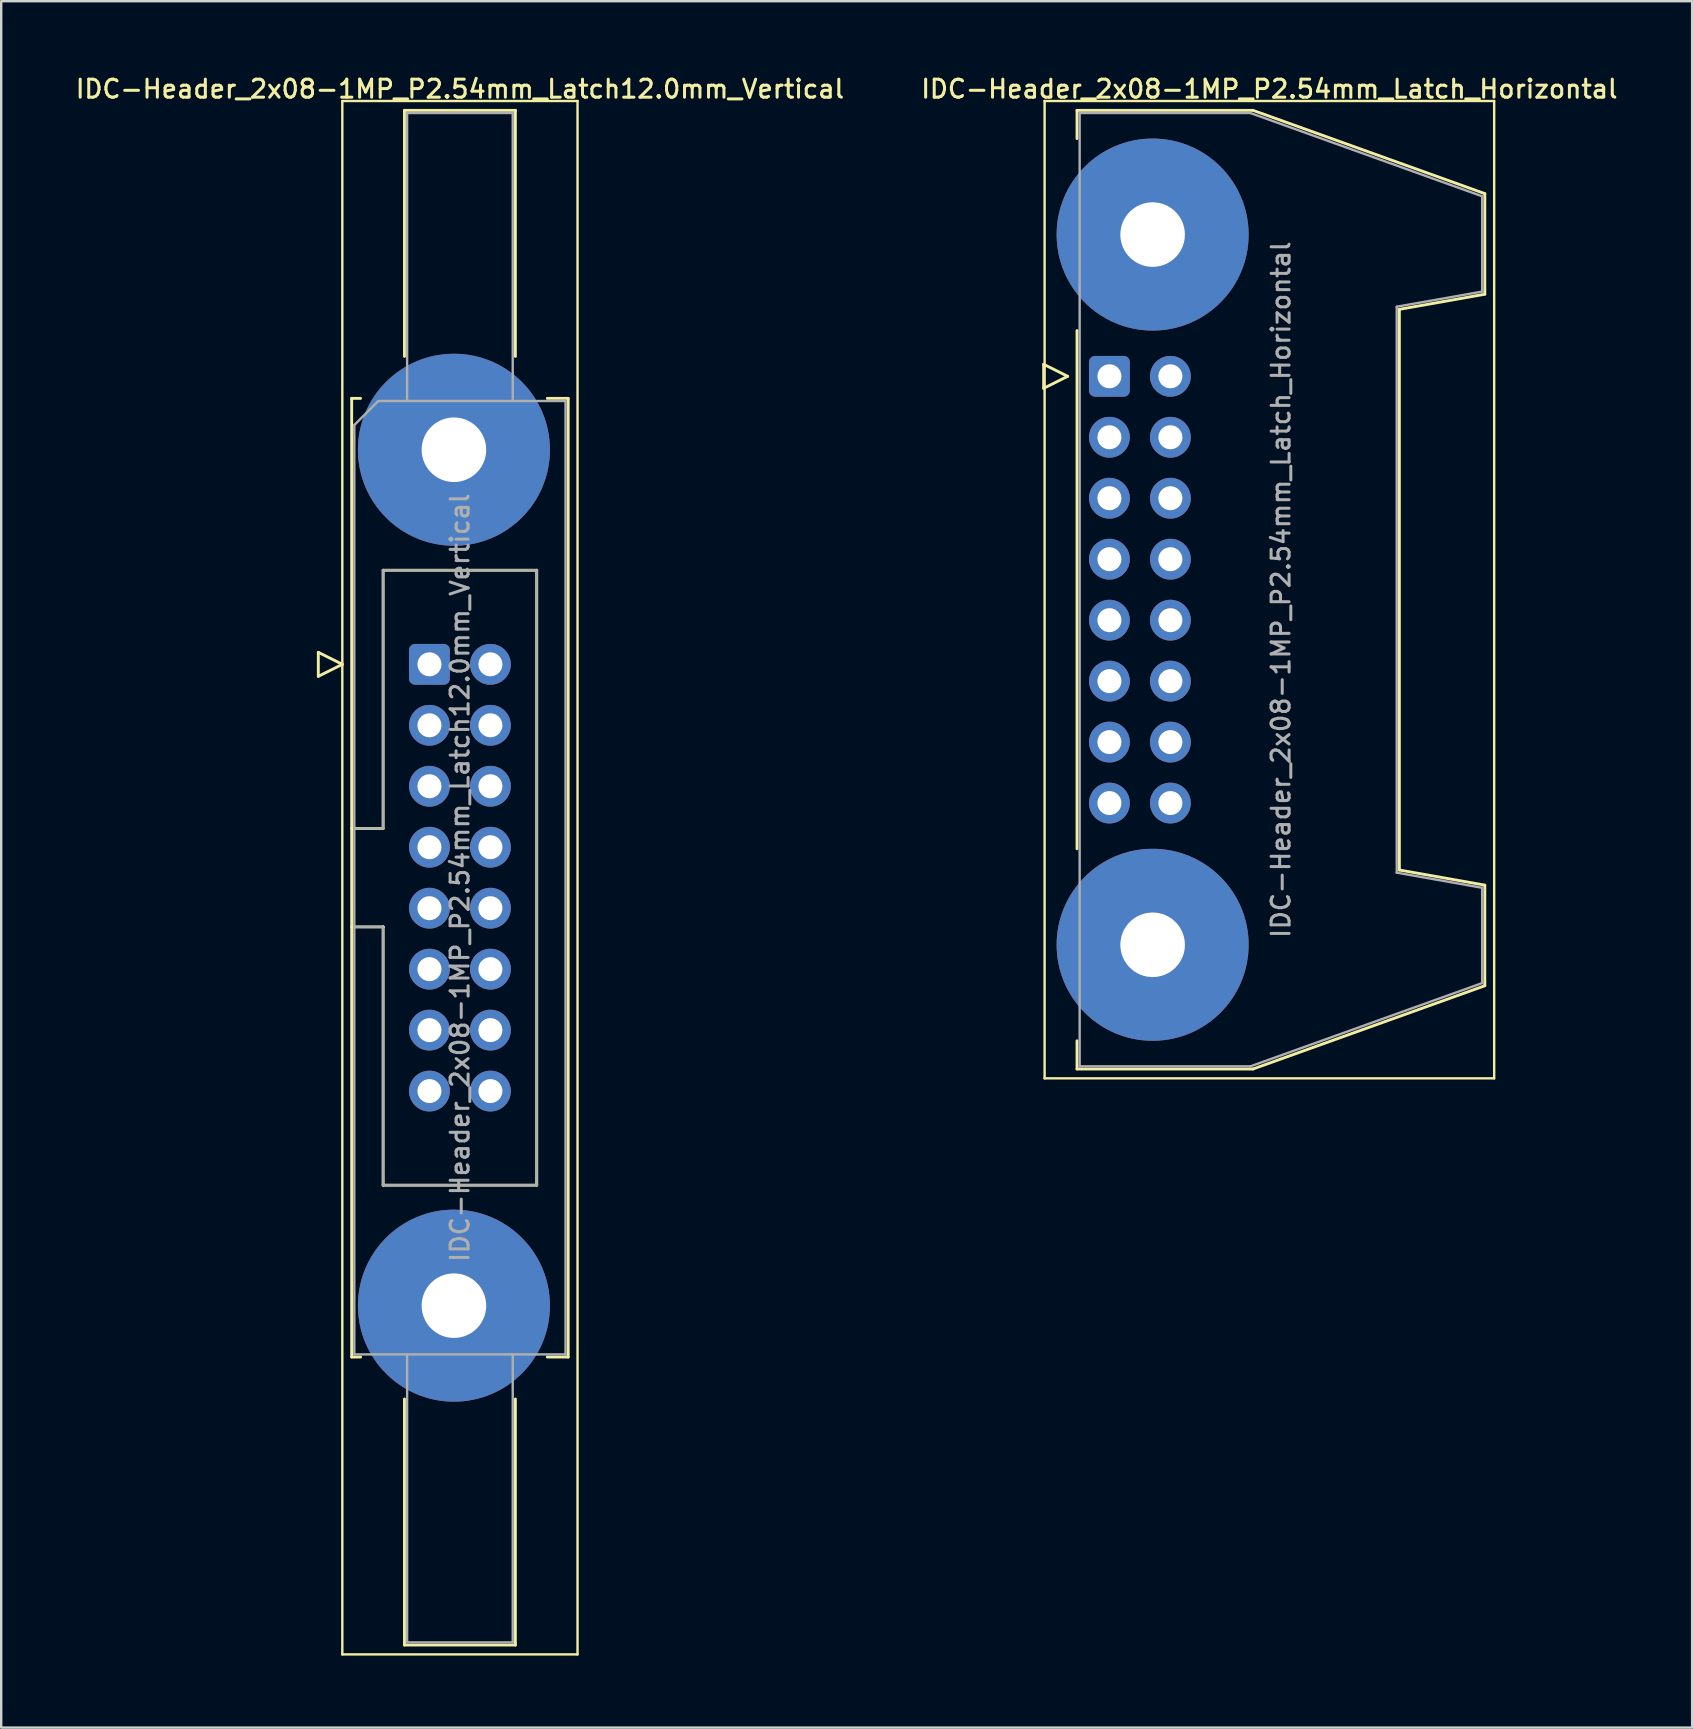
<source format=kicad_pcb>
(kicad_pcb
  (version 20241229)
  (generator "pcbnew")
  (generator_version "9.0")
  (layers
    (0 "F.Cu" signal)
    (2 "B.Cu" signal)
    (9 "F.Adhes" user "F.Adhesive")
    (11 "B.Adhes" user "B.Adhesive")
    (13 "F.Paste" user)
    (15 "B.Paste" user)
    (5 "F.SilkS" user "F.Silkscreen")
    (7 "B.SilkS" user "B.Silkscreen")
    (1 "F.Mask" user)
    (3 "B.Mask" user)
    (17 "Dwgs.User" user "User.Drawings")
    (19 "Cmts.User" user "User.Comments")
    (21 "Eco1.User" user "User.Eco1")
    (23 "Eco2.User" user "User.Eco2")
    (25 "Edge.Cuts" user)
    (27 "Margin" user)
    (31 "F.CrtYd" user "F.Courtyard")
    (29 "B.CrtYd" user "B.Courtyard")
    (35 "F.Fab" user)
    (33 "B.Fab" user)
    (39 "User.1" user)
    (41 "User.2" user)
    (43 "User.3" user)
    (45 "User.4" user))
  (footprint "IDC-Header_2x08-1MP_P2.54mm_Latch12.0mm_Vertical"
    (layer "F.Cu")
    (at 14.842 24.628)
    (property "Reference" "IDC-Header_2x08-1MP_P2.54mm_Latch12.0mm_Vertical" (at 1.27 -23.97 0) (layer "F.SilkS") (effects (font (size 0.75 0.75) (thickness 0.125))))
    (attr through_hole)
    (fp_line (start -4.63 -0.5) (end -4.63 0.5) (stroke (width 0.12) (type solid)) (layer "F.SilkS"))
    (fp_line (start -4.63 0.5) (end -3.63 0) (stroke (width 0.12) (type solid)) (layer "F.SilkS"))
    (fp_line (start -3.63 -23.47) (end -3.63 41.25) (stroke (width 0.1) (type solid)) (layer "F.SilkS"))
    (fp_line (start -3.63 0) (end -4.63 -0.5) (stroke (width 0.12) (type solid)) (layer "F.SilkS"))
    (fp_line (start -3.63 41.25) (end 6.17 41.25) (stroke (width 0.1) (type solid)) (layer "F.SilkS"))
    (fp_line (start -3.24 -11.08) (end -3.24 28.86) (stroke (width 0.12) (type solid)) (layer "F.SilkS"))
    (fp_line (start -3.24 6.84) (end -1.93 6.84) (stroke (width 0.12) (type solid)) (layer "F.SilkS"))
    (fp_line (start -3.24 28.86) (end -2.87 28.86) (stroke (width 0.12) (type solid)) (layer "F.SilkS"))
    (fp_line (start -2.87 -11.08) (end -3.24 -11.08) (stroke (width 0.12) (type solid)) (layer "F.SilkS"))
    (fp_line (start -1.93 -3.92) (end 4.47 -3.92) (stroke (width 0.12) (type solid)) (layer "F.SilkS"))
    (fp_line (start -1.93 6.84) (end -1.93 -3.92) (stroke (width 0.12) (type solid)) (layer "F.SilkS"))
    (fp_line (start -1.93 10.94) (end -3.24 10.94) (stroke (width 0.12) (type solid)) (layer "F.SilkS"))
    (fp_line (start -1.93 10.94) (end -1.93 10.94) (stroke (width 0.12) (type solid)) (layer "F.SilkS"))
    (fp_line (start -1.93 21.7) (end -1.93 10.94) (stroke (width 0.12) (type solid)) (layer "F.SilkS"))
    (fp_line (start -1.04 -23.08) (end 3.58 -23.08) (stroke (width 0.12) (type solid)) (layer "F.SilkS"))
    (fp_line (start -1.04 -12.83) (end -1.04 -23.08) (stroke (width 0.12) (type solid)) (layer "F.SilkS"))
    (fp_line (start -1.04 30.61) (end -1.04 40.86) (stroke (width 0.12) (type solid)) (layer "F.SilkS"))
    (fp_line (start -1.04 40.86) (end 3.58 40.86) (stroke (width 0.12) (type solid)) (layer "F.SilkS"))
    (fp_line (start 3.58 -23.08) (end 3.58 -12.83) (stroke (width 0.12) (type solid)) (layer "F.SilkS"))
    (fp_line (start 3.58 40.86) (end 3.58 30.61) (stroke (width 0.12) (type solid)) (layer "F.SilkS"))
    (fp_line (start 4.47 -3.92) (end 4.47 21.7) (stroke (width 0.12) (type solid)) (layer "F.SilkS"))
    (fp_line (start 4.47 21.7) (end -1.93 21.7) (stroke (width 0.12) (type solid)) (layer "F.SilkS"))
    (fp_line (start 4.91 -11.08) (end 5.78 -11.08) (stroke (width 0.12) (type solid)) (layer "F.SilkS"))
    (fp_line (start 5.78 -11.08) (end 5.78 28.86) (stroke (width 0.12) (type solid)) (layer "F.SilkS"))
    (fp_line (start 5.78 28.86) (end 4.91 28.86) (stroke (width 0.12) (type solid)) (layer "F.SilkS"))
    (fp_line (start 6.17 -23.47) (end -3.63 -23.47) (stroke (width 0.1) (type solid)) (layer "F.SilkS"))
    (fp_line (start 6.17 41.25) (end 6.17 -23.47) (stroke (width 0.1) (type solid)) (layer "F.SilkS"))
    (fp_line (start -3.13 -9.97) (end -2.13 -10.97) (stroke (width 0.1) (type solid)) (layer "F.Fab"))
    (fp_line (start -3.13 6.84) (end -1.93 6.84) (stroke (width 0.1) (type solid)) (layer "F.Fab"))
    (fp_line (start -3.13 28.75) (end -3.13 -9.97) (stroke (width 0.1) (type solid)) (layer "F.Fab"))
    (fp_line (start -2.13 -10.97) (end 5.67 -10.97) (stroke (width 0.1) (type solid)) (layer "F.Fab"))
    (fp_line (start -1.93 -3.92) (end 4.47 -3.92) (stroke (width 0.1) (type solid)) (layer "F.Fab"))
    (fp_line (start -1.93 6.84) (end -1.93 -3.92) (stroke (width 0.1) (type solid)) (layer "F.Fab"))
    (fp_line (start -1.93 10.94) (end -3.13 10.94) (stroke (width 0.1) (type solid)) (layer "F.Fab"))
    (fp_line (start -1.93 10.94) (end -1.93 10.94) (stroke (width 0.1) (type solid)) (layer "F.Fab"))
    (fp_line (start -1.93 21.7) (end -1.93 10.94) (stroke (width 0.1) (type solid)) (layer "F.Fab"))
    (fp_line (start -0.93 -22.97) (end 3.47 -22.97) (stroke (width 0.1) (type solid)) (layer "F.Fab"))
    (fp_line (start -0.93 -10.97) (end -0.93 -22.97) (stroke (width 0.1) (type solid)) (layer "F.Fab"))
    (fp_line (start -0.93 28.75) (end -0.93 40.75) (stroke (width 0.1) (type solid)) (layer "F.Fab"))
    (fp_line (start -0.93 40.75) (end 3.47 40.75) (stroke (width 0.1) (type solid)) (layer "F.Fab"))
    (fp_line (start 3.47 -22.97) (end 3.47 -10.97) (stroke (width 0.1) (type solid)) (layer "F.Fab"))
    (fp_line (start 3.47 40.75) (end 3.47 28.75) (stroke (width 0.1) (type solid)) (layer "F.Fab"))
    (fp_line (start 4.47 -3.92) (end 4.47 21.7) (stroke (width 0.1) (type solid)) (layer "F.Fab"))
    (fp_line (start 4.47 21.7) (end -1.93 21.7) (stroke (width 0.1) (type solid)) (layer "F.Fab"))
    (fp_line (start 5.67 -10.97) (end 5.67 28.75) (stroke (width 0.1) (type solid)) (layer "F.Fab"))
    (fp_line (start 5.67 28.75) (end -3.13 28.75) (stroke (width 0.1) (type solid)) (layer "F.Fab"))
    (fp_text user "${REFERENCE}" (at 1.27 8.89 90) (layer "F.Fab") (effects (font (size 0.75 0.75) (thickness 0.125))))
    (pad "1" thru_hole roundrect (at 0 0) (size 1.7 1.7) (drill 1) (layers "*.Cu" "*.Mask") (roundrect_rratio 0.147))
    (pad "2" thru_hole circle (at 2.54 0) (size 1.7 1.7) (drill 1) (layers "*.Cu" "*.Mask"))
    (pad "3" thru_hole circle (at 0 2.54) (size 1.7 1.7) (drill 1) (layers "*.Cu" "*.Mask"))
    (pad "4" thru_hole circle (at 2.54 2.54) (size 1.7 1.7) (drill 1) (layers "*.Cu" "*.Mask"))
    (pad "5" thru_hole circle (at 0 5.08) (size 1.7 1.7) (drill 1) (layers "*.Cu" "*.Mask"))
    (pad "6" thru_hole circle (at 2.54 5.08) (size 1.7 1.7) (drill 1) (layers "*.Cu" "*.Mask"))
    (pad "7" thru_hole circle (at 0 7.62) (size 1.7 1.7) (drill 1) (layers "*.Cu" "*.Mask"))
    (pad "8" thru_hole circle (at 2.54 7.62) (size 1.7 1.7) (drill 1) (layers "*.Cu" "*.Mask"))
    (pad "9" thru_hole circle (at 0 10.16) (size 1.7 1.7) (drill 1) (layers "*.Cu" "*.Mask"))
    (pad "10" thru_hole circle (at 2.54 10.16) (size 1.7 1.7) (drill 1) (layers "*.Cu" "*.Mask"))
    (pad "11" thru_hole circle (at 0 12.7) (size 1.7 1.7) (drill 1) (layers "*.Cu" "*.Mask"))
    (pad "12" thru_hole circle (at 2.54 12.7) (size 1.7 1.7) (drill 1) (layers "*.Cu" "*.Mask"))
    (pad "13" thru_hole circle (at 0 15.24) (size 1.7 1.7) (drill 1) (layers "*.Cu" "*.Mask"))
    (pad "14" thru_hole circle (at 2.54 15.24) (size 1.7 1.7) (drill 1) (layers "*.Cu" "*.Mask"))
    (pad "15" thru_hole circle (at 0 17.78) (size 1.7 1.7) (drill 1) (layers "*.Cu" "*.Mask"))
    (pad "16" thru_hole circle (at 2.54 17.78) (size 1.7 1.7) (drill 1) (layers "*.Cu" "*.Mask"))
    (pad "MP" thru_hole circle (at 1.02 -8.94) (size 8 8) (drill 2.69) (layers "*.Cu" "*.Mask"))
    (pad "MP" thru_hole circle (at 1.02 26.72) (size 8 8) (drill 2.69) (layers "*.Cu" "*.Mask")))
  (footprint "IDC-Header_2x08-1MP_P2.54mm_Latch_Horizontal"
    (layer "F.Cu")
    (at 43.172 12.628)
    (property "Reference" "IDC-Header_2x08-1MP_P2.54mm_Latch_Horizontal" (at 6.665 -11.97 0) (layer "F.SilkS") (effects (font (size 0.75 0.75) (thickness 0.125))))
    (attr through_hole)
    (fp_line (start -2.74 -0.5) (end -2.74 0.5) (stroke (width 0.12) (type solid)) (layer "F.SilkS"))
    (fp_line (start -2.74 0.5) (end -1.74 0) (stroke (width 0.12) (type solid)) (layer "F.SilkS"))
    (fp_line (start -2.7 -11.47) (end -2.7 29.25) (stroke (width 0.1) (type solid)) (layer "F.SilkS"))
    (fp_line (start -2.7 29.25) (end 16.03 29.25) (stroke (width 0.1) (type solid)) (layer "F.SilkS"))
    (fp_line (start -1.74 0) (end -2.74 -0.5) (stroke (width 0.12) (type solid)) (layer "F.SilkS"))
    (fp_line (start -1.35 -11.08) (end -1.35 -9.905) (stroke (width 0.12) (type solid)) (layer "F.SilkS"))
    (fp_line (start -1.35 -11.08) (end 5.98 -11.08) (stroke (width 0.12) (type solid)) (layer "F.SilkS"))
    (fp_line (start -1.35 -1.905) (end -1.35 19.685) (stroke (width 0.12) (type solid)) (layer "F.SilkS"))
    (fp_line (start -1.35 27.685) (end -1.35 28.86) (stroke (width 0.12) (type solid)) (layer "F.SilkS"))
    (fp_line (start 5.98 -11.08) (end 15.64 -7.61) (stroke (width 0.12) (type solid)) (layer "F.SilkS"))
    (fp_line (start 5.98 28.86) (end -1.35 28.86) (stroke (width 0.12) (type solid)) (layer "F.SilkS"))
    (fp_line (start 12.08 -2.79) (end 12.08 20.57) (stroke (width 0.12) (type solid)) (layer "F.SilkS"))
    (fp_line (start 12.08 20.57) (end 15.64 21.2) (stroke (width 0.12) (type solid)) (layer "F.SilkS"))
    (fp_line (start 15.64 -7.61) (end 15.64 -3.42) (stroke (width 0.12) (type solid)) (layer "F.SilkS"))
    (fp_line (start 15.64 -3.42) (end 12.08 -2.79) (stroke (width 0.12) (type solid)) (layer "F.SilkS"))
    (fp_line (start 15.64 21.2) (end 15.64 25.39) (stroke (width 0.12) (type solid)) (layer "F.SilkS"))
    (fp_line (start 15.64 25.39) (end 5.98 28.86) (stroke (width 0.12) (type solid)) (layer "F.SilkS"))
    (fp_line (start 16.03 -11.47) (end -2.7 -11.47) (stroke (width 0.1) (type solid)) (layer "F.SilkS"))
    (fp_line (start 16.03 29.25) (end 16.03 -11.47) (stroke (width 0.1) (type solid)) (layer "F.SilkS"))
    (fp_line (start -1.24 -10.97) (end 5.87 -10.97) (stroke (width 0.1) (type solid)) (layer "F.Fab"))
    (fp_line (start -1.24 28.75) (end -1.24 -10.97) (stroke (width 0.1) (type solid)) (layer "F.Fab"))
    (fp_line (start 5.87 -10.97) (end 15.53 -7.5) (stroke (width 0.1) (type solid)) (layer "F.Fab"))
    (fp_line (start 5.87 28.75) (end -1.24 28.75) (stroke (width 0.1) (type solid)) (layer "F.Fab"))
    (fp_line (start 11.97 -2.9) (end 11.97 20.68) (stroke (width 0.1) (type solid)) (layer "F.Fab"))
    (fp_line (start 11.97 20.68) (end 15.53 21.31) (stroke (width 0.1) (type solid)) (layer "F.Fab"))
    (fp_line (start 15.53 -7.5) (end 15.53 -3.53) (stroke (width 0.1) (type solid)) (layer "F.Fab"))
    (fp_line (start 15.53 -3.53) (end 11.97 -2.9) (stroke (width 0.1) (type solid)) (layer "F.Fab"))
    (fp_line (start 15.53 21.31) (end 15.53 25.28) (stroke (width 0.1) (type solid)) (layer "F.Fab"))
    (fp_line (start 15.53 25.28) (end 5.87 28.75) (stroke (width 0.1) (type solid)) (layer "F.Fab"))
    (fp_text user "${REFERENCE}" (at 7.145 8.89 90) (layer "F.Fab") (effects (font (size 0.75 0.75) (thickness 0.125))))
    (pad "1" thru_hole roundrect (at 0 0) (size 1.7 1.7) (drill 1) (layers "*.Cu" "*.Mask") (roundrect_rratio 0.147))
    (pad "2" thru_hole circle (at 2.54 0) (size 1.7 1.7) (drill 1) (layers "*.Cu" "*.Mask"))
    (pad "3" thru_hole circle (at 0 2.54) (size 1.7 1.7) (drill 1) (layers "*.Cu" "*.Mask"))
    (pad "4" thru_hole circle (at 2.54 2.54) (size 1.7 1.7) (drill 1) (layers "*.Cu" "*.Mask"))
    (pad "5" thru_hole circle (at 0 5.08) (size 1.7 1.7) (drill 1) (layers "*.Cu" "*.Mask"))
    (pad "6" thru_hole circle (at 2.54 5.08) (size 1.7 1.7) (drill 1) (layers "*.Cu" "*.Mask"))
    (pad "7" thru_hole circle (at 0 7.62) (size 1.7 1.7) (drill 1) (layers "*.Cu" "*.Mask"))
    (pad "8" thru_hole circle (at 2.54 7.62) (size 1.7 1.7) (drill 1) (layers "*.Cu" "*.Mask"))
    (pad "9" thru_hole circle (at 0 10.16) (size 1.7 1.7) (drill 1) (layers "*.Cu" "*.Mask"))
    (pad "10" thru_hole circle (at 2.54 10.16) (size 1.7 1.7) (drill 1) (layers "*.Cu" "*.Mask"))
    (pad "11" thru_hole circle (at 0 12.7) (size 1.7 1.7) (drill 1) (layers "*.Cu" "*.Mask"))
    (pad "12" thru_hole circle (at 2.54 12.7) (size 1.7 1.7) (drill 1) (layers "*.Cu" "*.Mask"))
    (pad "13" thru_hole circle (at 0 15.24) (size 1.7 1.7) (drill 1) (layers "*.Cu" "*.Mask"))
    (pad "14" thru_hole circle (at 2.54 15.24) (size 1.7 1.7) (drill 1) (layers "*.Cu" "*.Mask"))
    (pad "15" thru_hole circle (at 0 17.78) (size 1.7 1.7) (drill 1) (layers "*.Cu" "*.Mask"))
    (pad "16" thru_hole circle (at 2.54 17.78) (size 1.7 1.7) (drill 1) (layers "*.Cu" "*.Mask"))
    (pad "MP" thru_hole circle (at 1.8 -5.905) (size 8 8) (drill 2.69) (layers "*.Cu" "*.Mask"))
    (pad "MP" thru_hole circle (at 1.8 23.685) (size 8 8) (drill 2.69) (layers "*.Cu" "*.Mask")))
  (gr_rect
    (start -3 -3)
    (end 67.45 68.928)
    (stroke (width 0.1) (type default))
    (fill no)
    (layer "Edge.Cuts")))
</source>
